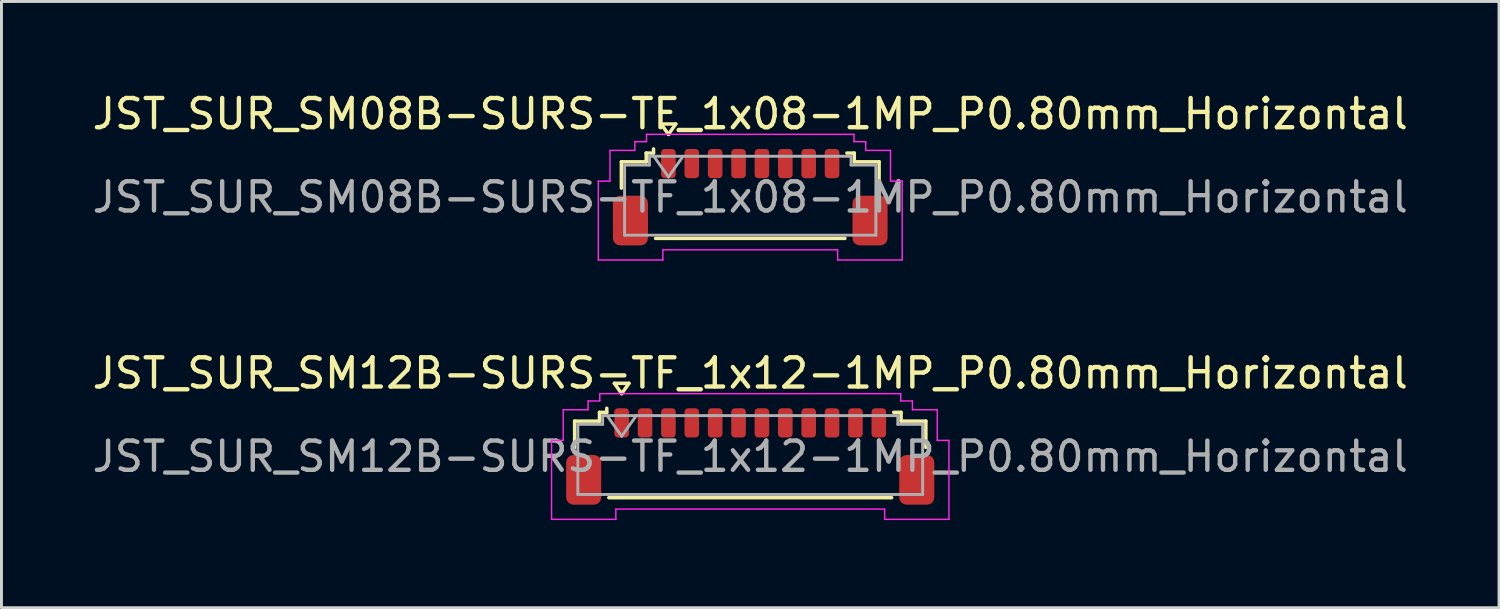
<source format=kicad_pcb>
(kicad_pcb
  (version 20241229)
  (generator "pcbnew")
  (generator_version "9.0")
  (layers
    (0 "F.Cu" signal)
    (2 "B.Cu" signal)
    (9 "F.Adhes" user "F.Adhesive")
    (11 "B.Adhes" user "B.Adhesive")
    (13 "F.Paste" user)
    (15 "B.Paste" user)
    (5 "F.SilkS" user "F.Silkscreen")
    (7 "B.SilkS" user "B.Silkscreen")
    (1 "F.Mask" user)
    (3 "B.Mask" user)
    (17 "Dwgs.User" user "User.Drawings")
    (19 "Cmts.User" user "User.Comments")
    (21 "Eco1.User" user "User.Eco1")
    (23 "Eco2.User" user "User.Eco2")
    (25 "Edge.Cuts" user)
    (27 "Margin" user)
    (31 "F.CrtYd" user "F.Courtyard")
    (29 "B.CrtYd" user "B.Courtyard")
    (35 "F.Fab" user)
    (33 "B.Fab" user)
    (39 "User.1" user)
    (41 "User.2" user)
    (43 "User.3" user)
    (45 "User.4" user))
  (footprint "JST_SUR_SM12B-SURS-TF_1x12-1MP_P0.80mm_Horizontal"
    (layer "F.Cu")
    (at 22.625 12.572)
    (property "Reference" "JST_SUR_SM12B-SURS-TF_1x12-1MP_P0.80mm_Horizontal" (at 0 -2.85 0) (layer "F.SilkS") (effects (font (size 1 1) (thickness 0.15))))
    (attr smd)
    (fp_line (start -6.01 -1.21) (end -5.16 -1.21) (stroke (width 0.12) (type solid)) (layer "F.SilkS"))
    (fp_line (start -6.01 -0.31) (end -6.01 -1.21) (stroke (width 0.12) (type solid)) (layer "F.SilkS"))
    (fp_line (start -5.16 -1.51) (end -4.91 -1.51) (stroke (width 0.12) (type solid)) (layer "F.SilkS"))
    (fp_line (start -5.16 -1.21) (end -5.16 -1.51) (stroke (width 0.12) (type solid)) (layer "F.SilkS"))
    (fp_line (start -4.91 -1.51) (end -4.91 -1.65) (stroke (width 0.12) (type solid)) (layer "F.SilkS"))
    (fp_line (start -4.84 1.41) (end 4.84 1.41) (stroke (width 0.12) (type solid)) (layer "F.SilkS"))
    (fp_line (start -4.65 -2.504) (end -4.4 -2.15) (stroke (width 0.12) (type solid)) (layer "F.SilkS"))
    (fp_line (start -4.4 -2.15) (end -4.15 -2.504) (stroke (width 0.12) (type solid)) (layer "F.SilkS"))
    (fp_line (start -4.15 -2.504) (end -4.65 -2.504) (stroke (width 0.12) (type solid)) (layer "F.SilkS"))
    (fp_line (start 5.16 -1.51) (end 4.91 -1.51) (stroke (width 0.12) (type solid)) (layer "F.SilkS"))
    (fp_line (start 5.16 -1.21) (end 5.16 -1.51) (stroke (width 0.12) (type solid)) (layer "F.SilkS"))
    (fp_line (start 6.01 -1.21) (end 5.16 -1.21) (stroke (width 0.12) (type solid)) (layer "F.SilkS"))
    (fp_line (start 6.01 -0.31) (end 6.01 -1.21) (stroke (width 0.12) (type solid)) (layer "F.SilkS"))
    (fp_line (start -6.8 -0.55) (end -6.4 -0.55) (stroke (width 0.05) (type solid)) (layer "F.CrtYd"))
    (fp_line (start -6.8 2.15) (end -6.8 -0.55) (stroke (width 0.05) (type solid)) (layer "F.CrtYd"))
    (fp_line (start -6.4 -1.6) (end -5.55 -1.6) (stroke (width 0.05) (type solid)) (layer "F.CrtYd"))
    (fp_line (start -6.4 -0.55) (end -6.4 -1.6) (stroke (width 0.05) (type solid)) (layer "F.CrtYd"))
    (fp_line (start -5.55 -1.9) (end -5.15 -1.9) (stroke (width 0.05) (type solid)) (layer "F.CrtYd"))
    (fp_line (start -5.55 -1.6) (end -5.55 -1.9) (stroke (width 0.05) (type solid)) (layer "F.CrtYd"))
    (fp_line (start -5.15 -2.15) (end 5.15 -2.15) (stroke (width 0.05) (type solid)) (layer "F.CrtYd"))
    (fp_line (start -5.15 -1.9) (end -5.15 -2.15) (stroke (width 0.05) (type solid)) (layer "F.CrtYd"))
    (fp_line (start -4.6 1.8) (end -4.6 2.15) (stroke (width 0.05) (type solid)) (layer "F.CrtYd"))
    (fp_line (start -4.6 2.15) (end -6.8 2.15) (stroke (width 0.05) (type solid)) (layer "F.CrtYd"))
    (fp_line (start 4.6 1.8) (end -4.6 1.8) (stroke (width 0.05) (type solid)) (layer "F.CrtYd"))
    (fp_line (start 4.6 2.15) (end 4.6 1.8) (stroke (width 0.05) (type solid)) (layer "F.CrtYd"))
    (fp_line (start 5.15 -2.15) (end 5.15 -1.9) (stroke (width 0.05) (type solid)) (layer "F.CrtYd"))
    (fp_line (start 5.15 -1.9) (end 5.55 -1.9) (stroke (width 0.05) (type solid)) (layer "F.CrtYd"))
    (fp_line (start 5.55 -1.9) (end 5.55 -1.6) (stroke (width 0.05) (type solid)) (layer "F.CrtYd"))
    (fp_line (start 5.55 -1.6) (end 6.4 -1.6) (stroke (width 0.05) (type solid)) (layer "F.CrtYd"))
    (fp_line (start 6.4 -1.6) (end 6.4 -0.55) (stroke (width 0.05) (type solid)) (layer "F.CrtYd"))
    (fp_line (start 6.4 -0.55) (end 6.8 -0.55) (stroke (width 0.05) (type solid)) (layer "F.CrtYd"))
    (fp_line (start 6.8 -0.55) (end 6.8 2.15) (stroke (width 0.05) (type solid)) (layer "F.CrtYd"))
    (fp_line (start 6.8 2.15) (end 4.6 2.15) (stroke (width 0.05) (type solid)) (layer "F.CrtYd"))
    (fp_line (start -5.9 -1.1) (end -5.9 1.3) (stroke (width 0.1) (type solid)) (layer "F.Fab"))
    (fp_line (start -5.9 -1.1) (end -5.05 -1.1) (stroke (width 0.1) (type solid)) (layer "F.Fab"))
    (fp_line (start -5.9 1.3) (end 5.9 1.3) (stroke (width 0.1) (type solid)) (layer "F.Fab"))
    (fp_line (start -5.05 -1.4) (end 5.05 -1.4) (stroke (width 0.1) (type solid)) (layer "F.Fab"))
    (fp_line (start -5.05 -1.1) (end -5.05 -1.4) (stroke (width 0.1) (type solid)) (layer "F.Fab"))
    (fp_line (start -4.9 -1.4) (end -4.4 -0.693) (stroke (width 0.1) (type solid)) (layer "F.Fab"))
    (fp_line (start -4.4 -0.693) (end -3.9 -1.4) (stroke (width 0.1) (type solid)) (layer "F.Fab"))
    (fp_line (start 5.05 -1.4) (end 5.05 -1.1) (stroke (width 0.1) (type solid)) (layer "F.Fab"))
    (fp_line (start 5.05 -1.1) (end 5.9 -1.1) (stroke (width 0.1) (type solid)) (layer "F.Fab"))
    (fp_line (start 5.9 -1.1) (end 5.9 1.3) (stroke (width 0.1) (type solid)) (layer "F.Fab"))
    (fp_text user "${REFERENCE}" (at 0 0 0) (layer "F.Fab") (effects (font (size 1 1) (thickness 0.15))))
    (pad "1" smd roundrect (at -4.4 -1.15) (size 0.5 1) (layers "F.Cu" "F.Mask" "F.Paste") (roundrect_rratio 0.25))
    (pad "2" smd roundrect (at -3.6 -1.15) (size 0.5 1) (layers "F.Cu" "F.Mask" "F.Paste") (roundrect_rratio 0.25))
    (pad "3" smd roundrect (at -2.8 -1.15) (size 0.5 1) (layers "F.Cu" "F.Mask" "F.Paste") (roundrect_rratio 0.25))
    (pad "4" smd roundrect (at -2 -1.15) (size 0.5 1) (layers "F.Cu" "F.Mask" "F.Paste") (roundrect_rratio 0.25))
    (pad "5" smd roundrect (at -1.2 -1.15) (size 0.5 1) (layers "F.Cu" "F.Mask" "F.Paste") (roundrect_rratio 0.25))
    (pad "6" smd roundrect (at -0.4 -1.15) (size 0.5 1) (layers "F.Cu" "F.Mask" "F.Paste") (roundrect_rratio 0.25))
    (pad "7" smd roundrect (at 0.4 -1.15) (size 0.5 1) (layers "F.Cu" "F.Mask" "F.Paste") (roundrect_rratio 0.25))
    (pad "8" smd roundrect (at 1.2 -1.15) (size 0.5 1) (layers "F.Cu" "F.Mask" "F.Paste") (roundrect_rratio 0.25))
    (pad "9" smd roundrect (at 2 -1.15) (size 0.5 1) (layers "F.Cu" "F.Mask" "F.Paste") (roundrect_rratio 0.25))
    (pad "10" smd roundrect (at 2.8 -1.15) (size 0.5 1) (layers "F.Cu" "F.Mask" "F.Paste") (roundrect_rratio 0.25))
    (pad "11" smd roundrect (at 3.6 -1.15) (size 0.5 1) (layers "F.Cu" "F.Mask" "F.Paste") (roundrect_rratio 0.25))
    (pad "12" smd roundrect (at 4.4 -1.15) (size 0.5 1) (layers "F.Cu" "F.Mask" "F.Paste") (roundrect_rratio 0.25))
    (pad "MP" smd roundrect (at -5.7 0.8) (size 1.2 1.7) (layers "F.Cu" "F.Mask" "F.Paste") (roundrect_rratio 0.208))
    (pad "MP" smd roundrect (at 5.7 0.8) (size 1.2 1.7) (layers "F.Cu" "F.Mask" "F.Paste") (roundrect_rratio 0.208)))
  (footprint "JST_SUR_SM08B-SURS-TF_1x08-1MP_P0.80mm_Horizontal"
    (layer "F.Cu")
    (at 22.625 3.698)
    (property "Reference" "JST_SUR_SM08B-SURS-TF_1x08-1MP_P0.80mm_Horizontal" (at 0 -2.85 0) (layer "F.SilkS") (effects (font (size 1 1) (thickness 0.15))))
    (attr smd)
    (fp_line (start -4.41 -1.21) (end -3.56 -1.21) (stroke (width 0.12) (type solid)) (layer "F.SilkS"))
    (fp_line (start -4.41 -0.31) (end -4.41 -1.21) (stroke (width 0.12) (type solid)) (layer "F.SilkS"))
    (fp_line (start -3.56 -1.51) (end -3.31 -1.51) (stroke (width 0.12) (type solid)) (layer "F.SilkS"))
    (fp_line (start -3.56 -1.21) (end -3.56 -1.51) (stroke (width 0.12) (type solid)) (layer "F.SilkS"))
    (fp_line (start -3.31 -1.51) (end -3.31 -1.65) (stroke (width 0.12) (type solid)) (layer "F.SilkS"))
    (fp_line (start -3.24 1.41) (end 3.24 1.41) (stroke (width 0.12) (type solid)) (layer "F.SilkS"))
    (fp_line (start -3.05 -2.504) (end -2.8 -2.15) (stroke (width 0.12) (type solid)) (layer "F.SilkS"))
    (fp_line (start -2.8 -2.15) (end -2.55 -2.504) (stroke (width 0.12) (type solid)) (layer "F.SilkS"))
    (fp_line (start -2.55 -2.504) (end -3.05 -2.504) (stroke (width 0.12) (type solid)) (layer "F.SilkS"))
    (fp_line (start 3.56 -1.51) (end 3.31 -1.51) (stroke (width 0.12) (type solid)) (layer "F.SilkS"))
    (fp_line (start 3.56 -1.21) (end 3.56 -1.51) (stroke (width 0.12) (type solid)) (layer "F.SilkS"))
    (fp_line (start 4.41 -1.21) (end 3.56 -1.21) (stroke (width 0.12) (type solid)) (layer "F.SilkS"))
    (fp_line (start 4.41 -0.31) (end 4.41 -1.21) (stroke (width 0.12) (type solid)) (layer "F.SilkS"))
    (fp_line (start -5.2 -0.55) (end -4.8 -0.55) (stroke (width 0.05) (type solid)) (layer "F.CrtYd"))
    (fp_line (start -5.2 2.15) (end -5.2 -0.55) (stroke (width 0.05) (type solid)) (layer "F.CrtYd"))
    (fp_line (start -4.8 -1.6) (end -3.95 -1.6) (stroke (width 0.05) (type solid)) (layer "F.CrtYd"))
    (fp_line (start -4.8 -0.55) (end -4.8 -1.6) (stroke (width 0.05) (type solid)) (layer "F.CrtYd"))
    (fp_line (start -3.95 -1.9) (end -3.55 -1.9) (stroke (width 0.05) (type solid)) (layer "F.CrtYd"))
    (fp_line (start -3.95 -1.6) (end -3.95 -1.9) (stroke (width 0.05) (type solid)) (layer "F.CrtYd"))
    (fp_line (start -3.55 -2.15) (end 3.55 -2.15) (stroke (width 0.05) (type solid)) (layer "F.CrtYd"))
    (fp_line (start -3.55 -1.9) (end -3.55 -2.15) (stroke (width 0.05) (type solid)) (layer "F.CrtYd"))
    (fp_line (start -2.99 1.8) (end -2.99 2.15) (stroke (width 0.05) (type solid)) (layer "F.CrtYd"))
    (fp_line (start -2.99 2.15) (end -5.2 2.15) (stroke (width 0.05) (type solid)) (layer "F.CrtYd"))
    (fp_line (start 2.99 1.8) (end -2.99 1.8) (stroke (width 0.05) (type solid)) (layer "F.CrtYd"))
    (fp_line (start 2.99 2.15) (end 2.99 1.8) (stroke (width 0.05) (type solid)) (layer "F.CrtYd"))
    (fp_line (start 3.55 -2.15) (end 3.55 -1.9) (stroke (width 0.05) (type solid)) (layer "F.CrtYd"))
    (fp_line (start 3.55 -1.9) (end 3.95 -1.9) (stroke (width 0.05) (type solid)) (layer "F.CrtYd"))
    (fp_line (start 3.95 -1.9) (end 3.95 -1.6) (stroke (width 0.05) (type solid)) (layer "F.CrtYd"))
    (fp_line (start 3.95 -1.6) (end 4.8 -1.6) (stroke (width 0.05) (type solid)) (layer "F.CrtYd"))
    (fp_line (start 4.8 -1.6) (end 4.8 -0.55) (stroke (width 0.05) (type solid)) (layer "F.CrtYd"))
    (fp_line (start 4.8 -0.55) (end 5.2 -0.55) (stroke (width 0.05) (type solid)) (layer "F.CrtYd"))
    (fp_line (start 5.2 -0.55) (end 5.2 2.15) (stroke (width 0.05) (type solid)) (layer "F.CrtYd"))
    (fp_line (start 5.2 2.15) (end 2.99 2.15) (stroke (width 0.05) (type solid)) (layer "F.CrtYd"))
    (fp_line (start -4.3 -1.1) (end -4.3 1.3) (stroke (width 0.1) (type solid)) (layer "F.Fab"))
    (fp_line (start -4.3 -1.1) (end -3.45 -1.1) (stroke (width 0.1) (type solid)) (layer "F.Fab"))
    (fp_line (start -4.3 1.3) (end 4.3 1.3) (stroke (width 0.1) (type solid)) (layer "F.Fab"))
    (fp_line (start -3.45 -1.4) (end 3.45 -1.4) (stroke (width 0.1) (type solid)) (layer "F.Fab"))
    (fp_line (start -3.45 -1.1) (end -3.45 -1.4) (stroke (width 0.1) (type solid)) (layer "F.Fab"))
    (fp_line (start -3.3 -1.4) (end -2.8 -0.693) (stroke (width 0.1) (type solid)) (layer "F.Fab"))
    (fp_line (start -2.8 -0.693) (end -2.3 -1.4) (stroke (width 0.1) (type solid)) (layer "F.Fab"))
    (fp_line (start 3.45 -1.4) (end 3.45 -1.1) (stroke (width 0.1) (type solid)) (layer "F.Fab"))
    (fp_line (start 3.45 -1.1) (end 4.3 -1.1) (stroke (width 0.1) (type solid)) (layer "F.Fab"))
    (fp_line (start 4.3 -1.1) (end 4.3 1.3) (stroke (width 0.1) (type solid)) (layer "F.Fab"))
    (fp_text user "${REFERENCE}" (at 0 0 0) (layer "F.Fab") (effects (font (size 1 1) (thickness 0.15))))
    (pad "1" smd roundrect (at -2.8 -1.15) (size 0.5 1) (layers "F.Cu" "F.Mask" "F.Paste") (roundrect_rratio 0.25))
    (pad "2" smd roundrect (at -2 -1.15) (size 0.5 1) (layers "F.Cu" "F.Mask" "F.Paste") (roundrect_rratio 0.25))
    (pad "3" smd roundrect (at -1.2 -1.15) (size 0.5 1) (layers "F.Cu" "F.Mask" "F.Paste") (roundrect_rratio 0.25))
    (pad "4" smd roundrect (at -0.4 -1.15) (size 0.5 1) (layers "F.Cu" "F.Mask" "F.Paste") (roundrect_rratio 0.25))
    (pad "5" smd roundrect (at 0.4 -1.15) (size 0.5 1) (layers "F.Cu" "F.Mask" "F.Paste") (roundrect_rratio 0.25))
    (pad "6" smd roundrect (at 1.2 -1.15) (size 0.5 1) (layers "F.Cu" "F.Mask" "F.Paste") (roundrect_rratio 0.25))
    (pad "7" smd roundrect (at 2 -1.15) (size 0.5 1) (layers "F.Cu" "F.Mask" "F.Paste") (roundrect_rratio 0.25))
    (pad "8" smd roundrect (at 2.8 -1.15) (size 0.5 1) (layers "F.Cu" "F.Mask" "F.Paste") (roundrect_rratio 0.25))
    (pad "MP" smd roundrect (at -4.1 0.8) (size 1.2 1.7) (layers "F.Cu" "F.Mask" "F.Paste") (roundrect_rratio 0.208))
    (pad "MP" smd roundrect (at 4.1 0.8) (size 1.2 1.7) (layers "F.Cu" "F.Mask" "F.Paste") (roundrect_rratio 0.208)))
  (gr_rect
    (start -3 -3)
    (end 48.25 17.747)
    (stroke (width 0.1) (type default))
    (fill no)
    (layer "Edge.Cuts")))
</source>
